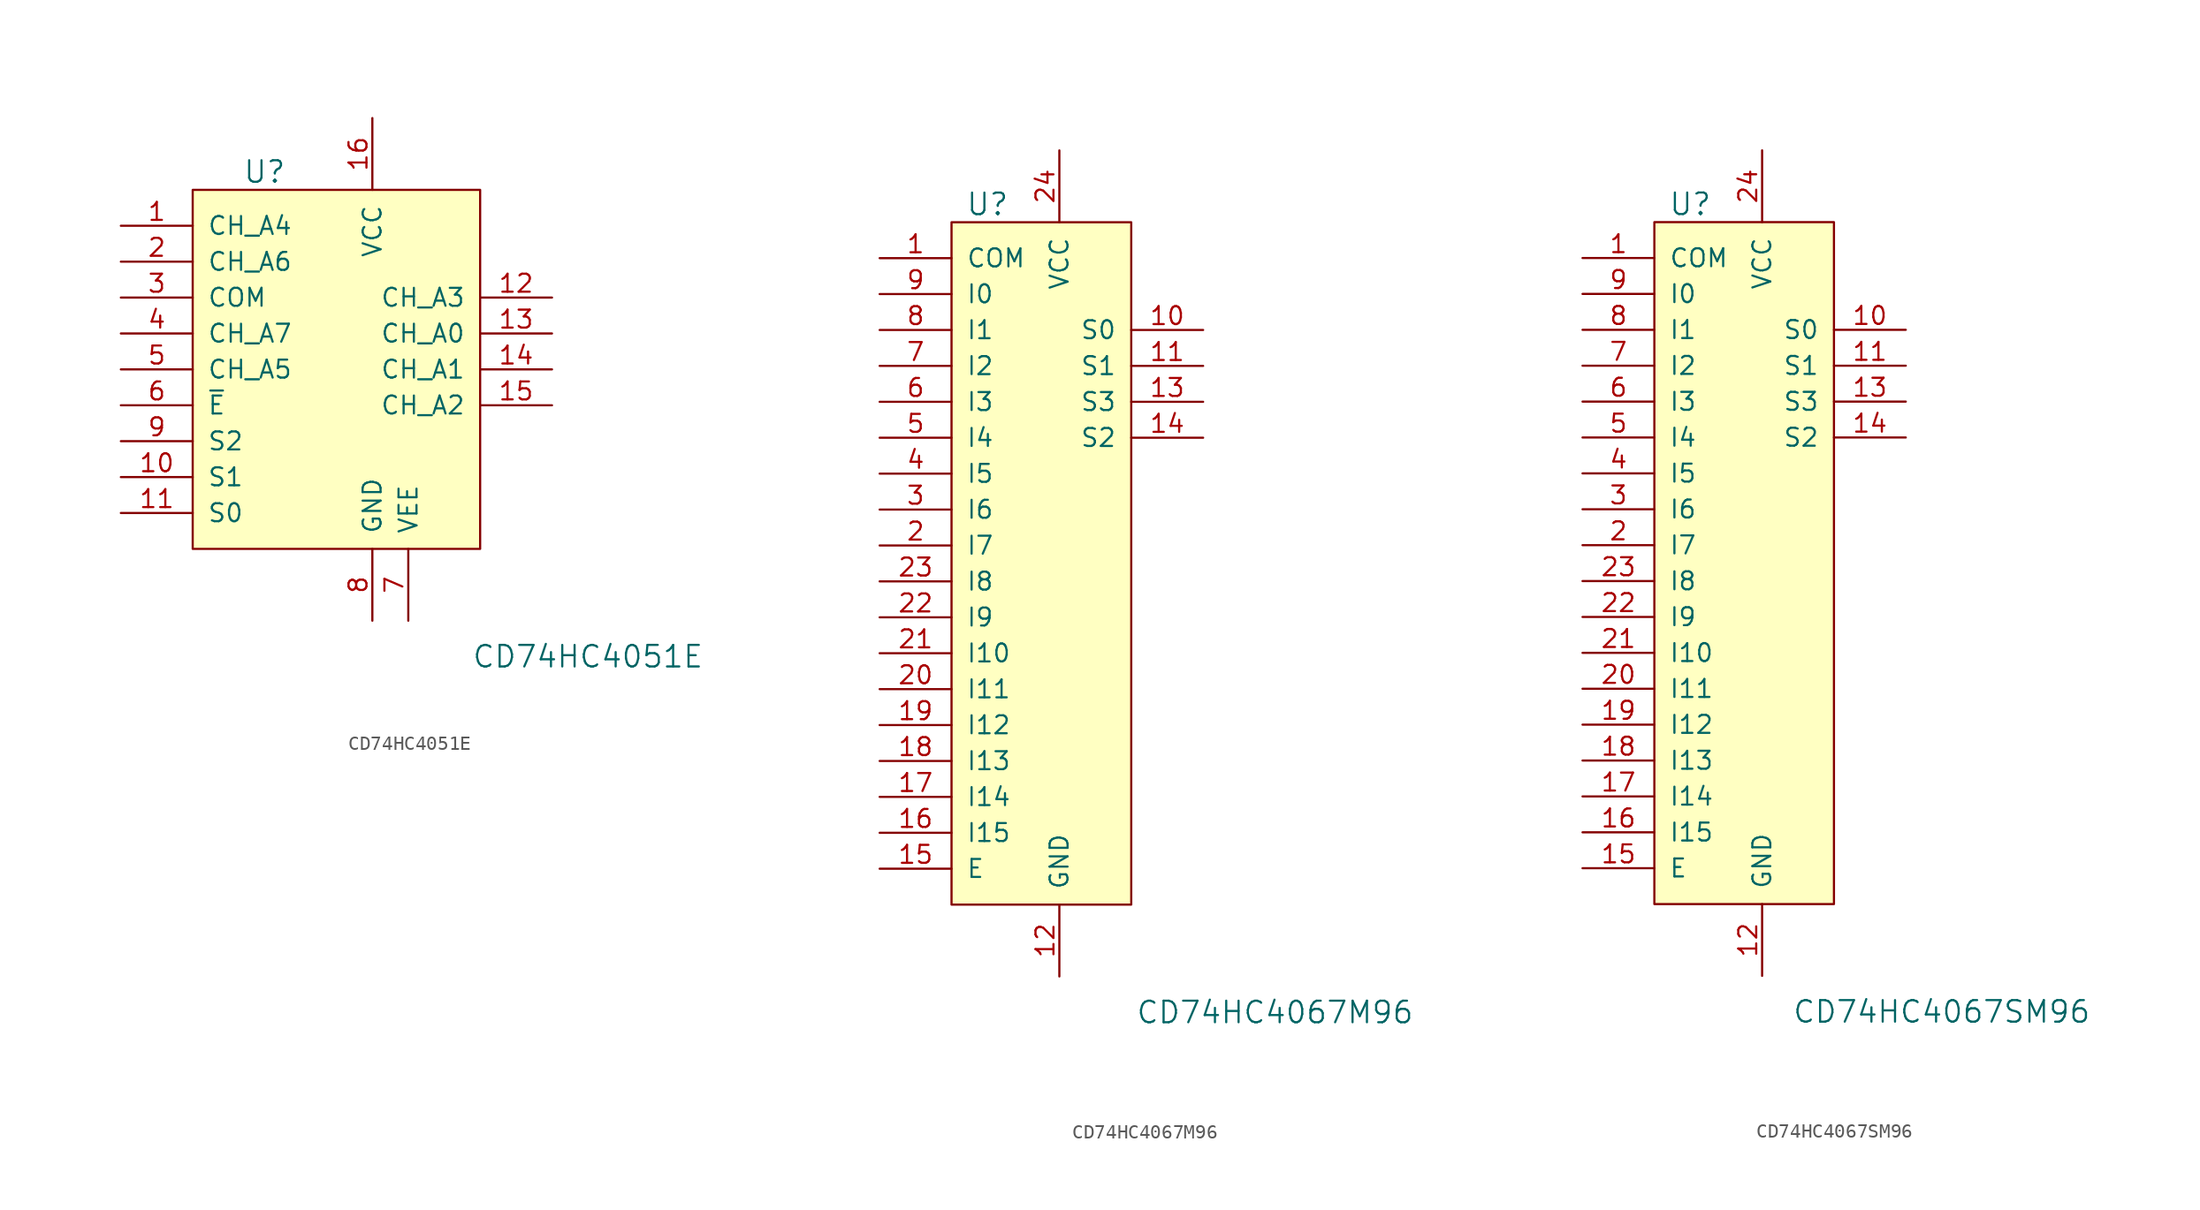
<source format=kicad_sym>
(kicad_symbol_lib
  (version 20231120)
  (generator "kicad_symbol_editor")
  (generator_version "8.0")
  (symbol "CD74HC4051E"
    (pin_names
      (offset 1.016))
    (property "Reference" "U"
      (at -5.08 13.97 0)
      (effects (font (size 1.524 1.524))))
    (property "Value" "CD74HC4051E"
      (at 17.78 -20.32 0)
      (effects (font (size 1.524 1.524))))
    (symbol "CD74HC4051E_0_1"
      (rectangle (start -10.16 12.7) (end 10.16 -12.7) (stroke (width 0) (type default)) (fill (type background))))
    (symbol "CD74HC4051E_1_1"
      (pin bidirectional line (at -15.24 10.16 0) (length 5.08) (name "CH_A4" (effects (font (size 1.27 1.27)))) (number "1" (effects (font (size 1.27 1.27)))))
      (pin input line (at -15.24 -7.62 0) (length 5.08) (name "S1" (effects (font (size 1.27 1.27)))) (number "10" (effects (font (size 1.27 1.27)))))
      (pin input line (at -15.24 -10.16 0) (length 5.08) (name "S0" (effects (font (size 1.27 1.27)))) (number "11" (effects (font (size 1.27 1.27)))))
      (pin bidirectional line (at 15.24 5.08 180) (length 5.08) (name "CH_A3" (effects (font (size 1.27 1.27)))) (number "12" (effects (font (size 1.27 1.27)))))
      (pin bidirectional line (at 15.24 2.54 180) (length 5.08) (name "CH_A0" (effects (font (size 1.27 1.27)))) (number "13" (effects (font (size 1.27 1.27)))))
      (pin bidirectional line (at 15.24 0 180) (length 5.08) (name "CH_A1" (effects (font (size 1.27 1.27)))) (number "14" (effects (font (size 1.27 1.27)))))
      (pin bidirectional line (at 15.24 -2.54 180) (length 5.08) (name "CH_A2" (effects (font (size 1.27 1.27)))) (number "15" (effects (font (size 1.27 1.27)))))
      (pin power_in line (at 2.54 17.78 270) (length 5.08) (name "VCC" (effects (font (size 1.27 1.27)))) (number "16" (effects (font (size 1.27 1.27)))))
      (pin bidirectional line (at -15.24 7.62 0) (length 5.08) (name "CH_A6" (effects (font (size 1.27 1.27)))) (number "2" (effects (font (size 1.27 1.27)))))
      (pin bidirectional line (at -15.24 5.08 0) (length 5.08) (name "COM" (effects (font (size 1.27 1.27)))) (number "3" (effects (font (size 1.27 1.27)))))
      (pin bidirectional line (at -15.24 2.54 0) (length 5.08) (name "CH_A7" (effects (font (size 1.27 1.27)))) (number "4" (effects (font (size 1.27 1.27)))))
      (pin bidirectional line (at -15.24 0 0) (length 5.08) (name "CH_A5" (effects (font (size 1.27 1.27)))) (number "5" (effects (font (size 1.27 1.27)))))
      (pin input line (at -15.24 -2.54 0) (length 5.08) (name "~{E}" (effects (font (size 1.27 1.27)))) (number "6" (effects (font (size 1.27 1.27)))))
      (pin power_in line (at 5.08 -17.78 90) (length 5.08) (name "VEE" (effects (font (size 1.27 1.27)))) (number "7" (effects (font (size 1.27 1.27)))))
      (pin power_in line (at 2.54 -17.78 90) (length 5.08) (name "GND" (effects (font (size 1.27 1.27)))) (number "8" (effects (font (size 1.27 1.27)))))
      (pin input line (at -15.24 -5.08 0) (length 5.08) (name "S2" (effects (font (size 1.27 1.27)))) (number "9" (effects (font (size 1.27 1.27)))))))
  (symbol "CD74HC4067M96"
    (pin_names
      (offset 1.016))
    (property "Reference" "U"
      (at -2.54 24.13 0)
      (effects (font (size 1.524 1.524))))
    (property "Value" "CD74HC4067M96"
      (at 17.78 -33.02 0)
      (effects (font (size 1.524 1.524))))
    (symbol "CD74HC4067M96_0_1"
      (rectangle (start -5.08 22.86) (end 7.62 -25.4) (stroke (width 0) (type default)) (fill (type background))))
    (symbol "CD74HC4067M96_1_1"
      (pin bidirectional line (at -10.16 20.32 0) (length 5.08) (name "COM" (effects (font (size 1.27 1.27)))) (number "1" (effects (font (size 1.27 1.27)))))
      (pin input line (at 12.7 15.24 180) (length 5.08) (name "S0" (effects (font (size 1.27 1.27)))) (number "10" (effects (font (size 1.27 1.27)))))
      (pin input line (at 12.7 12.7 180) (length 5.08) (name "S1" (effects (font (size 1.27 1.27)))) (number "11" (effects (font (size 1.27 1.27)))))
      (pin power_in line (at 2.54 -30.48 90) (length 5.08) (name "GND" (effects (font (size 1.27 1.27)))) (number "12" (effects (font (size 1.27 1.27)))))
      (pin input line (at 12.7 10.16 180) (length 5.08) (name "S3" (effects (font (size 1.27 1.27)))) (number "13" (effects (font (size 1.27 1.27)))))
      (pin input line (at 12.7 7.62 180) (length 5.08) (name "S2" (effects (font (size 1.27 1.27)))) (number "14" (effects (font (size 1.27 1.27)))))
      (pin input line (at -10.16 -22.86 0) (length 5.08) (name "E" (effects (font (size 1.27 1.27)))) (number "15" (effects (font (size 1.27 1.27)))))
      (pin input line (at -10.16 -20.32 0) (length 5.08) (name "I15" (effects (font (size 1.27 1.27)))) (number "16" (effects (font (size 1.27 1.27)))))
      (pin input line (at -10.16 -17.78 0) (length 5.08) (name "I14" (effects (font (size 1.27 1.27)))) (number "17" (effects (font (size 1.27 1.27)))))
      (pin input line (at -10.16 -15.24 0) (length 5.08) (name "I13" (effects (font (size 1.27 1.27)))) (number "18" (effects (font (size 1.27 1.27)))))
      (pin input line (at -10.16 -12.7 0) (length 5.08) (name "I12" (effects (font (size 1.27 1.27)))) (number "19" (effects (font (size 1.27 1.27)))))
      (pin input line (at -10.16 0 0) (length 5.08) (name "I7" (effects (font (size 1.27 1.27)))) (number "2" (effects (font (size 1.27 1.27)))))
      (pin input line (at -10.16 -10.16 0) (length 5.08) (name "I11" (effects (font (size 1.27 1.27)))) (number "20" (effects (font (size 1.27 1.27)))))
      (pin input line (at -10.16 -7.62 0) (length 5.08) (name "I10" (effects (font (size 1.27 1.27)))) (number "21" (effects (font (size 1.27 1.27)))))
      (pin input line (at -10.16 -5.08 0) (length 5.08) (name "I9" (effects (font (size 1.27 1.27)))) (number "22" (effects (font (size 1.27 1.27)))))
      (pin input line (at -10.16 -2.54 0) (length 5.08) (name "I8" (effects (font (size 1.27 1.27)))) (number "23" (effects (font (size 1.27 1.27)))))
      (pin power_in line (at 2.54 27.94 270) (length 5.08) (name "VCC" (effects (font (size 1.27 1.27)))) (number "24" (effects (font (size 1.27 1.27)))))
      (pin input line (at -10.16 2.54 0) (length 5.08) (name "I6" (effects (font (size 1.27 1.27)))) (number "3" (effects (font (size 1.27 1.27)))))
      (pin input line (at -10.16 5.08 0) (length 5.08) (name "I5" (effects (font (size 1.27 1.27)))) (number "4" (effects (font (size 1.27 1.27)))))
      (pin input line (at -10.16 7.62 0) (length 5.08) (name "I4" (effects (font (size 1.27 1.27)))) (number "5" (effects (font (size 1.27 1.27)))))
      (pin input line (at -10.16 10.16 0) (length 5.08) (name "I3" (effects (font (size 1.27 1.27)))) (number "6" (effects (font (size 1.27 1.27)))))
      (pin input line (at -10.16 12.7 0) (length 5.08) (name "I2" (effects (font (size 1.27 1.27)))) (number "7" (effects (font (size 1.27 1.27)))))
      (pin input line (at -10.16 15.24 0) (length 5.08) (name "I1" (effects (font (size 1.27 1.27)))) (number "8" (effects (font (size 1.27 1.27)))))
      (pin input line (at -10.16 17.78 0) (length 5.08) (name "I0" (effects (font (size 1.27 1.27)))) (number "9" (effects (font (size 1.27 1.27)))))))
  (symbol "CD74HC4067SM96"
    (pin_names
      (offset 1.016))
    (property "Reference" "U"
      (at -5.08 24.13 0)
      (effects (font (size 1.524 1.524))))
    (property "Value" "CD74HC4067SM96"
      (at 12.7 -33.02 0)
      (effects (font (size 1.524 1.524))))
    (symbol "CD74HC4067SM96_0_1"
      (rectangle (start -7.62 22.86) (end 5.08 -25.4) (stroke (width 0) (type default)) (fill (type background))))
    (symbol "CD74HC4067SM96_1_1"
      (pin bidirectional line (at -12.7 20.32 0) (length 5.08) (name "COM" (effects (font (size 1.27 1.27)))) (number "1" (effects (font (size 1.27 1.27)))))
      (pin input line (at 10.16 15.24 180) (length 5.08) (name "S0" (effects (font (size 1.27 1.27)))) (number "10" (effects (font (size 1.27 1.27)))))
      (pin input line (at 10.16 12.7 180) (length 5.08) (name "S1" (effects (font (size 1.27 1.27)))) (number "11" (effects (font (size 1.27 1.27)))))
      (pin power_in line (at 0 -30.48 90) (length 5.08) (name "GND" (effects (font (size 1.27 1.27)))) (number "12" (effects (font (size 1.27 1.27)))))
      (pin input line (at 10.16 10.16 180) (length 5.08) (name "S3" (effects (font (size 1.27 1.27)))) (number "13" (effects (font (size 1.27 1.27)))))
      (pin input line (at 10.16 7.62 180) (length 5.08) (name "S2" (effects (font (size 1.27 1.27)))) (number "14" (effects (font (size 1.27 1.27)))))
      (pin input line (at -12.7 -22.86 0) (length 5.08) (name "E" (effects (font (size 1.27 1.27)))) (number "15" (effects (font (size 1.27 1.27)))))
      (pin input line (at -12.7 -20.32 0) (length 5.08) (name "I15" (effects (font (size 1.27 1.27)))) (number "16" (effects (font (size 1.27 1.27)))))
      (pin input line (at -12.7 -17.78 0) (length 5.08) (name "I14" (effects (font (size 1.27 1.27)))) (number "17" (effects (font (size 1.27 1.27)))))
      (pin input line (at -12.7 -15.24 0) (length 5.08) (name "I13" (effects (font (size 1.27 1.27)))) (number "18" (effects (font (size 1.27 1.27)))))
      (pin input line (at -12.7 -12.7 0) (length 5.08) (name "I12" (effects (font (size 1.27 1.27)))) (number "19" (effects (font (size 1.27 1.27)))))
      (pin input line (at -12.7 0 0) (length 5.08) (name "I7" (effects (font (size 1.27 1.27)))) (number "2" (effects (font (size 1.27 1.27)))))
      (pin input line (at -12.7 -10.16 0) (length 5.08) (name "I11" (effects (font (size 1.27 1.27)))) (number "20" (effects (font (size 1.27 1.27)))))
      (pin input line (at -12.7 -7.62 0) (length 5.08) (name "I10" (effects (font (size 1.27 1.27)))) (number "21" (effects (font (size 1.27 1.27)))))
      (pin input line (at -12.7 -5.08 0) (length 5.08) (name "I9" (effects (font (size 1.27 1.27)))) (number "22" (effects (font (size 1.27 1.27)))))
      (pin input line (at -12.7 -2.54 0) (length 5.08) (name "I8" (effects (font (size 1.27 1.27)))) (number "23" (effects (font (size 1.27 1.27)))))
      (pin power_in line (at 0 27.94 270) (length 5.08) (name "VCC" (effects (font (size 1.27 1.27)))) (number "24" (effects (font (size 1.27 1.27)))))
      (pin input line (at -12.7 2.54 0) (length 5.08) (name "I6" (effects (font (size 1.27 1.27)))) (number "3" (effects (font (size 1.27 1.27)))))
      (pin input line (at -12.7 5.08 0) (length 5.08) (name "I5" (effects (font (size 1.27 1.27)))) (number "4" (effects (font (size 1.27 1.27)))))
      (pin input line (at -12.7 7.62 0) (length 5.08) (name "I4" (effects (font (size 1.27 1.27)))) (number "5" (effects (font (size 1.27 1.27)))))
      (pin input line (at -12.7 10.16 0) (length 5.08) (name "I3" (effects (font (size 1.27 1.27)))) (number "6" (effects (font (size 1.27 1.27)))))
      (pin input line (at -12.7 12.7 0) (length 5.08) (name "I2" (effects (font (size 1.27 1.27)))) (number "7" (effects (font (size 1.27 1.27)))))
      (pin input line (at -12.7 15.24 0) (length 5.08) (name "I1" (effects (font (size 1.27 1.27)))) (number "8" (effects (font (size 1.27 1.27)))))
      (pin input line (at -12.7 17.78 0) (length 5.08) (name "I0" (effects (font (size 1.27 1.27)))) (number "9" (effects (font (size 1.27 1.27))))))))
</source>
